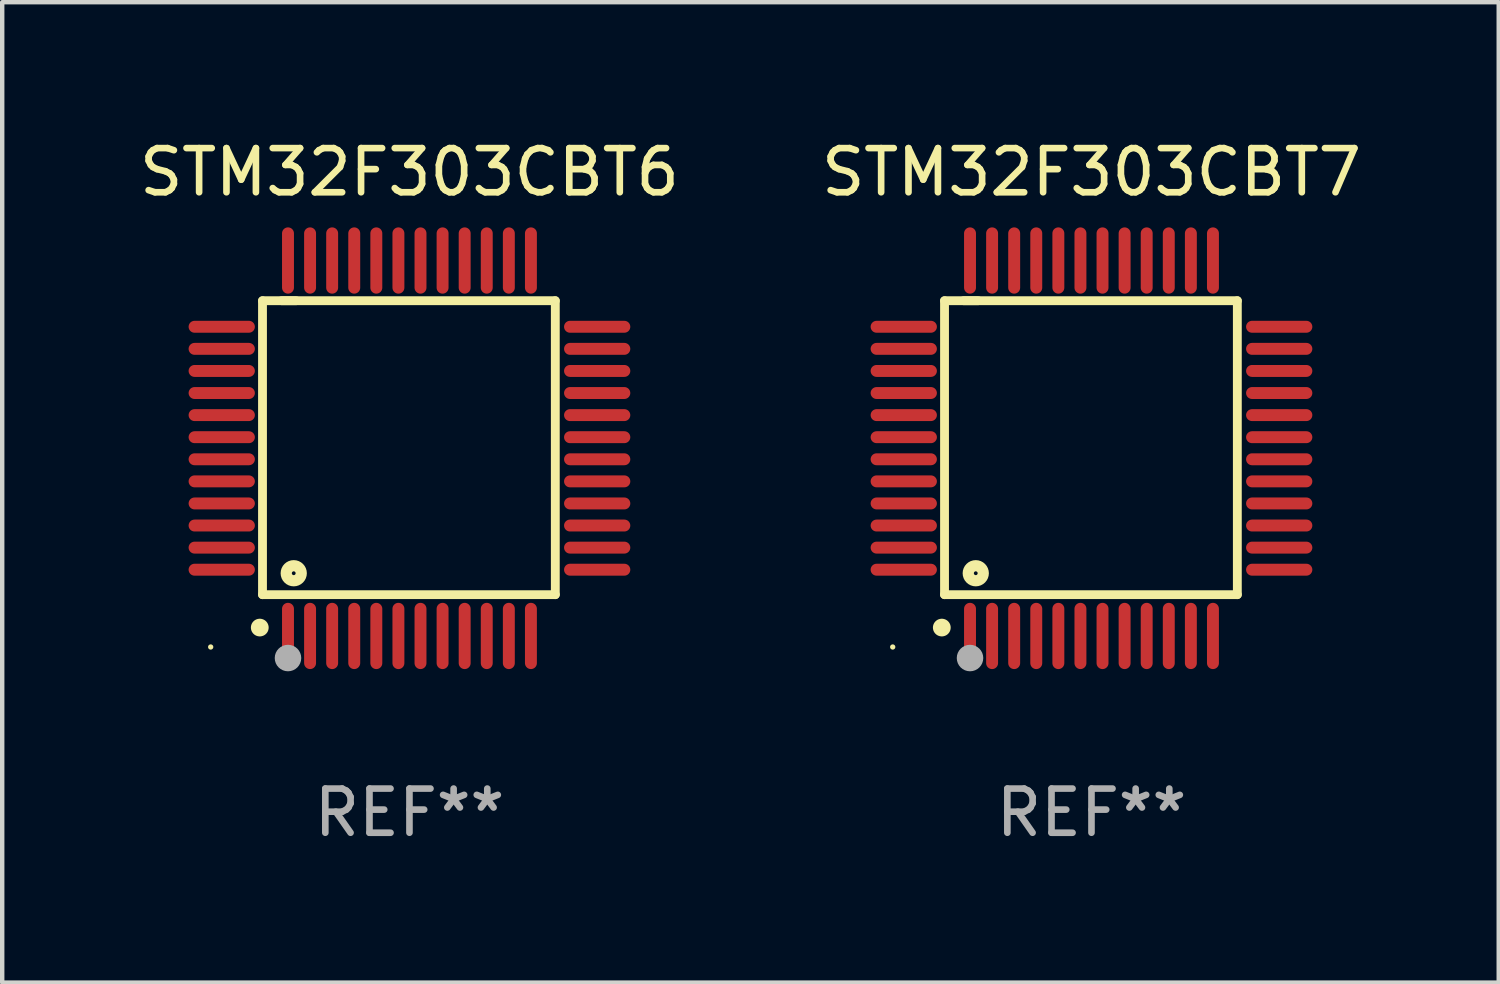
<source format=kicad_pcb>
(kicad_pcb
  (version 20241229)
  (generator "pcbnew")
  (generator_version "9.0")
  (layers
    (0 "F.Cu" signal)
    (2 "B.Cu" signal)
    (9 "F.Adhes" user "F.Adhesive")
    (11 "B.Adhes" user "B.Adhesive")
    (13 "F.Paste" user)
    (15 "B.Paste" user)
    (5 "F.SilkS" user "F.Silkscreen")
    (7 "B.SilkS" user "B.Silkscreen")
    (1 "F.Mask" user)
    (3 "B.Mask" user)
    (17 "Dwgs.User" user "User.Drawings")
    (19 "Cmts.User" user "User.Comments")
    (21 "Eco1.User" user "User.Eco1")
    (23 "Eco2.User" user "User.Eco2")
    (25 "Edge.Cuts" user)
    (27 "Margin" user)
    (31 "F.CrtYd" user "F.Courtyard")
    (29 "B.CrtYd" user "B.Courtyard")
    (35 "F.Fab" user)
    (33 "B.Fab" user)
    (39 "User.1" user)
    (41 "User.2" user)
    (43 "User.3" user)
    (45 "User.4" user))
  (footprint "STM32F303CBT7"
    (layer "F.Cu")
    (at 21.661 7.098)
    (property "Reference" "STM32F303CBT7" (at 0 -6.25 0) (layer "F.SilkS") (effects (font (size 1 1) (thickness 0.15))))
    (attr through_hole)
    (fp_line (start -3.327 -3.34) (end -2.565 -3.34) (stroke (width 0.2) (type solid)) (layer "F.SilkS"))
    (fp_line (start -3.327 3.315) (end -3.327 -3.34) (stroke (width 0.2) (type solid)) (layer "F.SilkS"))
    (fp_line (start -2.896 -3.34) (end 3.302 -3.34) (stroke (width 0.2) (type solid)) (layer "F.SilkS"))
    (fp_line (start 3.302 -3.34) (end 3.302 3.315) (stroke (width 0.2) (type solid)) (layer "F.SilkS"))
    (fp_line (start 3.302 3.315) (end -3.327 3.315) (stroke (width 0.2) (type solid)) (layer "F.SilkS"))
    (fp_arc (start -3.389992 4.059995) (mid -3.388722 4.059991) (end -3.387452 4.059995) (stroke (width 0.4) (type solid)) (layer "F.SilkS"))
    (fp_circle (center -4.5 4.5) (end -4.47 4.5) (stroke (width 0.06) (type solid)) (fill no) (layer "F.SilkS"))
    (fp_circle (center -2.62 2.83) (end -2.45 2.83) (stroke (width 0.254) (type solid)) (fill no) (layer "F.SilkS"))
    (fp_circle (center -2.75 4.75) (end -2.6 4.75) (stroke (width 0.3) (type solid)) (fill no) (layer "F.Fab"))
    (fp_text user "REF**" (at 0 8.25 0) (layer "F.Fab") (effects (font (size 1 1) (thickness 0.15))))
    (pad "1" smd oval (at -2.75 4.25) (size 0.27 1.5) (layers "F.Cu" "F.Mask" "F.Paste"))
    (pad "2" smd oval (at -2.25 4.25) (size 0.27 1.5) (layers "F.Cu" "F.Mask" "F.Paste"))
    (pad "3" smd oval (at -1.75 4.25) (size 0.27 1.5) (layers "F.Cu" "F.Mask" "F.Paste"))
    (pad "4" smd oval (at -1.25 4.25) (size 0.27 1.5) (layers "F.Cu" "F.Mask" "F.Paste"))
    (pad "5" smd oval (at -0.75 4.25) (size 0.27 1.5) (layers "F.Cu" "F.Mask" "F.Paste"))
    (pad "6" smd oval (at -0.25 4.25) (size 0.27 1.5) (layers "F.Cu" "F.Mask" "F.Paste"))
    (pad "7" smd oval (at 0.25 4.25) (size 0.27 1.5) (layers "F.Cu" "F.Mask" "F.Paste"))
    (pad "8" smd oval (at 0.75 4.25) (size 0.27 1.5) (layers "F.Cu" "F.Mask" "F.Paste"))
    (pad "9" smd oval (at 1.25 4.25) (size 0.27 1.5) (layers "F.Cu" "F.Mask" "F.Paste"))
    (pad "10" smd oval (at 1.75 4.25) (size 0.27 1.5) (layers "F.Cu" "F.Mask" "F.Paste"))
    (pad "11" smd oval (at 2.25 4.25) (size 0.27 1.5) (layers "F.Cu" "F.Mask" "F.Paste"))
    (pad "12" smd oval (at 2.75 4.25) (size 0.27 1.5) (layers "F.Cu" "F.Mask" "F.Paste"))
    (pad "13" smd oval (at 4.25 2.75) (size 1.5 0.27) (layers "F.Cu" "F.Mask" "F.Paste"))
    (pad "14" smd oval (at 4.25 2.25) (size 1.5 0.27) (layers "F.Cu" "F.Mask" "F.Paste"))
    (pad "15" smd oval (at 4.25 1.75) (size 1.5 0.27) (layers "F.Cu" "F.Mask" "F.Paste"))
    (pad "16" smd oval (at 4.25 1.25) (size 1.5 0.27) (layers "F.Cu" "F.Mask" "F.Paste"))
    (pad "17" smd oval (at 4.25 0.75) (size 1.5 0.27) (layers "F.Cu" "F.Mask" "F.Paste"))
    (pad "18" smd oval (at 4.25 0.25) (size 1.5 0.27) (layers "F.Cu" "F.Mask" "F.Paste"))
    (pad "19" smd oval (at 4.25 -0.25) (size 1.5 0.27) (layers "F.Cu" "F.Mask" "F.Paste"))
    (pad "20" smd oval (at 4.25 -0.75) (size 1.5 0.27) (layers "F.Cu" "F.Mask" "F.Paste"))
    (pad "21" smd oval (at 4.25 -1.25) (size 1.5 0.27) (layers "F.Cu" "F.Mask" "F.Paste"))
    (pad "22" smd oval (at 4.25 -1.75) (size 1.5 0.27) (layers "F.Cu" "F.Mask" "F.Paste"))
    (pad "23" smd oval (at 4.25 -2.25) (size 1.5 0.27) (layers "F.Cu" "F.Mask" "F.Paste"))
    (pad "24" smd oval (at 4.25 -2.75) (size 1.5 0.27) (layers "F.Cu" "F.Mask" "F.Paste"))
    (pad "25" smd oval (at 2.75 -4.25) (size 0.27 1.5) (layers "F.Cu" "F.Mask" "F.Paste"))
    (pad "26" smd oval (at 2.25 -4.25) (size 0.27 1.5) (layers "F.Cu" "F.Mask" "F.Paste"))
    (pad "27" smd oval (at 1.75 -4.25) (size 0.27 1.5) (layers "F.Cu" "F.Mask" "F.Paste"))
    (pad "28" smd oval (at 1.25 -4.25) (size 0.27 1.5) (layers "F.Cu" "F.Mask" "F.Paste"))
    (pad "29" smd oval (at 0.75 -4.25) (size 0.27 1.5) (layers "F.Cu" "F.Mask" "F.Paste"))
    (pad "30" smd oval (at 0.25 -4.25) (size 0.27 1.5) (layers "F.Cu" "F.Mask" "F.Paste"))
    (pad "31" smd oval (at -0.25 -4.25) (size 0.27 1.5) (layers "F.Cu" "F.Mask" "F.Paste"))
    (pad "32" smd oval (at -0.75 -4.25) (size 0.27 1.5) (layers "F.Cu" "F.Mask" "F.Paste"))
    (pad "33" smd oval (at -1.25 -4.25) (size 0.27 1.5) (layers "F.Cu" "F.Mask" "F.Paste"))
    (pad "34" smd oval (at -1.75 -4.25) (size 0.27 1.5) (layers "F.Cu" "F.Mask" "F.Paste"))
    (pad "35" smd oval (at -2.25 -4.25) (size 0.27 1.5) (layers "F.Cu" "F.Mask" "F.Paste"))
    (pad "36" smd oval (at -2.75 -4.25) (size 0.27 1.5) (layers "F.Cu" "F.Mask" "F.Paste"))
    (pad "37" smd oval (at -4.25 -2.75) (size 1.5 0.27) (layers "F.Cu" "F.Mask" "F.Paste"))
    (pad "38" smd oval (at -4.25 -2.25) (size 1.5 0.27) (layers "F.Cu" "F.Mask" "F.Paste"))
    (pad "39" smd oval (at -4.25 -1.75) (size 1.5 0.27) (layers "F.Cu" "F.Mask" "F.Paste"))
    (pad "40" smd oval (at -4.25 -1.25) (size 1.5 0.27) (layers "F.Cu" "F.Mask" "F.Paste"))
    (pad "41" smd oval (at -4.25 -0.75) (size 1.5 0.27) (layers "F.Cu" "F.Mask" "F.Paste"))
    (pad "42" smd oval (at -4.25 -0.25) (size 1.5 0.27) (layers "F.Cu" "F.Mask" "F.Paste"))
    (pad "43" smd oval (at -4.25 0.25) (size 1.5 0.27) (layers "F.Cu" "F.Mask" "F.Paste"))
    (pad "44" smd oval (at -4.25 0.75) (size 1.5 0.27) (layers "F.Cu" "F.Mask" "F.Paste"))
    (pad "45" smd oval (at -4.25 1.25) (size 1.5 0.27) (layers "F.Cu" "F.Mask" "F.Paste"))
    (pad "46" smd oval (at -4.25 1.75) (size 1.5 0.27) (layers "F.Cu" "F.Mask" "F.Paste"))
    (pad "47" smd oval (at -4.25 2.25) (size 1.5 0.27) (layers "F.Cu" "F.Mask" "F.Paste"))
    (pad "48" smd oval (at -4.25 2.75) (size 1.5 0.27) (layers "F.Cu" "F.Mask" "F.Paste")))
  (footprint "STM32F303CBT6"
    (layer "F.Cu")
    (at 6.22 7.098)
    (property "Reference" "STM32F303CBT6" (at 0 -6.25 0) (layer "F.SilkS") (effects (font (size 1 1) (thickness 0.15))))
    (attr through_hole)
    (fp_line (start -3.327 -3.34) (end -2.565 -3.34) (stroke (width 0.2) (type solid)) (layer "F.SilkS"))
    (fp_line (start -3.327 3.315) (end -3.327 -3.34) (stroke (width 0.2) (type solid)) (layer "F.SilkS"))
    (fp_line (start -2.896 -3.34) (end 3.302 -3.34) (stroke (width 0.2) (type solid)) (layer "F.SilkS"))
    (fp_line (start 3.302 -3.34) (end 3.302 3.315) (stroke (width 0.2) (type solid)) (layer "F.SilkS"))
    (fp_line (start 3.302 3.315) (end -3.327 3.315) (stroke (width 0.2) (type solid)) (layer "F.SilkS"))
    (fp_arc (start -3.389992 4.059995) (mid -3.388722 4.059991) (end -3.387452 4.059995) (stroke (width 0.4) (type solid)) (layer "F.SilkS"))
    (fp_circle (center -4.5 4.5) (end -4.47 4.5) (stroke (width 0.06) (type solid)) (fill no) (layer "F.SilkS"))
    (fp_circle (center -2.62 2.83) (end -2.45 2.83) (stroke (width 0.254) (type solid)) (fill no) (layer "F.SilkS"))
    (fp_circle (center -2.75 4.75) (end -2.6 4.75) (stroke (width 0.3) (type solid)) (fill no) (layer "F.Fab"))
    (fp_text user "REF**" (at 0 8.25 0) (layer "F.Fab") (effects (font (size 1 1) (thickness 0.15))))
    (pad "1" smd oval (at -2.75 4.25) (size 0.27 1.5) (layers "F.Cu" "F.Mask" "F.Paste"))
    (pad "2" smd oval (at -2.25 4.25) (size 0.27 1.5) (layers "F.Cu" "F.Mask" "F.Paste"))
    (pad "3" smd oval (at -1.75 4.25) (size 0.27 1.5) (layers "F.Cu" "F.Mask" "F.Paste"))
    (pad "4" smd oval (at -1.25 4.25) (size 0.27 1.5) (layers "F.Cu" "F.Mask" "F.Paste"))
    (pad "5" smd oval (at -0.75 4.25) (size 0.27 1.5) (layers "F.Cu" "F.Mask" "F.Paste"))
    (pad "6" smd oval (at -0.25 4.25) (size 0.27 1.5) (layers "F.Cu" "F.Mask" "F.Paste"))
    (pad "7" smd oval (at 0.25 4.25) (size 0.27 1.5) (layers "F.Cu" "F.Mask" "F.Paste"))
    (pad "8" smd oval (at 0.75 4.25) (size 0.27 1.5) (layers "F.Cu" "F.Mask" "F.Paste"))
    (pad "9" smd oval (at 1.25 4.25) (size 0.27 1.5) (layers "F.Cu" "F.Mask" "F.Paste"))
    (pad "10" smd oval (at 1.75 4.25) (size 0.27 1.5) (layers "F.Cu" "F.Mask" "F.Paste"))
    (pad "11" smd oval (at 2.25 4.25) (size 0.27 1.5) (layers "F.Cu" "F.Mask" "F.Paste"))
    (pad "12" smd oval (at 2.75 4.25) (size 0.27 1.5) (layers "F.Cu" "F.Mask" "F.Paste"))
    (pad "13" smd oval (at 4.25 2.75) (size 1.5 0.27) (layers "F.Cu" "F.Mask" "F.Paste"))
    (pad "14" smd oval (at 4.25 2.25) (size 1.5 0.27) (layers "F.Cu" "F.Mask" "F.Paste"))
    (pad "15" smd oval (at 4.25 1.75) (size 1.5 0.27) (layers "F.Cu" "F.Mask" "F.Paste"))
    (pad "16" smd oval (at 4.25 1.25) (size 1.5 0.27) (layers "F.Cu" "F.Mask" "F.Paste"))
    (pad "17" smd oval (at 4.25 0.75) (size 1.5 0.27) (layers "F.Cu" "F.Mask" "F.Paste"))
    (pad "18" smd oval (at 4.25 0.25) (size 1.5 0.27) (layers "F.Cu" "F.Mask" "F.Paste"))
    (pad "19" smd oval (at 4.25 -0.25) (size 1.5 0.27) (layers "F.Cu" "F.Mask" "F.Paste"))
    (pad "20" smd oval (at 4.25 -0.75) (size 1.5 0.27) (layers "F.Cu" "F.Mask" "F.Paste"))
    (pad "21" smd oval (at 4.25 -1.25) (size 1.5 0.27) (layers "F.Cu" "F.Mask" "F.Paste"))
    (pad "22" smd oval (at 4.25 -1.75) (size 1.5 0.27) (layers "F.Cu" "F.Mask" "F.Paste"))
    (pad "23" smd oval (at 4.25 -2.25) (size 1.5 0.27) (layers "F.Cu" "F.Mask" "F.Paste"))
    (pad "24" smd oval (at 4.25 -2.75) (size 1.5 0.27) (layers "F.Cu" "F.Mask" "F.Paste"))
    (pad "25" smd oval (at 2.75 -4.25) (size 0.27 1.5) (layers "F.Cu" "F.Mask" "F.Paste"))
    (pad "26" smd oval (at 2.25 -4.25) (size 0.27 1.5) (layers "F.Cu" "F.Mask" "F.Paste"))
    (pad "27" smd oval (at 1.75 -4.25) (size 0.27 1.5) (layers "F.Cu" "F.Mask" "F.Paste"))
    (pad "28" smd oval (at 1.25 -4.25) (size 0.27 1.5) (layers "F.Cu" "F.Mask" "F.Paste"))
    (pad "29" smd oval (at 0.75 -4.25) (size 0.27 1.5) (layers "F.Cu" "F.Mask" "F.Paste"))
    (pad "30" smd oval (at 0.25 -4.25) (size 0.27 1.5) (layers "F.Cu" "F.Mask" "F.Paste"))
    (pad "31" smd oval (at -0.25 -4.25) (size 0.27 1.5) (layers "F.Cu" "F.Mask" "F.Paste"))
    (pad "32" smd oval (at -0.75 -4.25) (size 0.27 1.5) (layers "F.Cu" "F.Mask" "F.Paste"))
    (pad "33" smd oval (at -1.25 -4.25) (size 0.27 1.5) (layers "F.Cu" "F.Mask" "F.Paste"))
    (pad "34" smd oval (at -1.75 -4.25) (size 0.27 1.5) (layers "F.Cu" "F.Mask" "F.Paste"))
    (pad "35" smd oval (at -2.25 -4.25) (size 0.27 1.5) (layers "F.Cu" "F.Mask" "F.Paste"))
    (pad "36" smd oval (at -2.75 -4.25) (size 0.27 1.5) (layers "F.Cu" "F.Mask" "F.Paste"))
    (pad "37" smd oval (at -4.25 -2.75) (size 1.5 0.27) (layers "F.Cu" "F.Mask" "F.Paste"))
    (pad "38" smd oval (at -4.25 -2.25) (size 1.5 0.27) (layers "F.Cu" "F.Mask" "F.Paste"))
    (pad "39" smd oval (at -4.25 -1.75) (size 1.5 0.27) (layers "F.Cu" "F.Mask" "F.Paste"))
    (pad "40" smd oval (at -4.25 -1.25) (size 1.5 0.27) (layers "F.Cu" "F.Mask" "F.Paste"))
    (pad "41" smd oval (at -4.25 -0.75) (size 1.5 0.27) (layers "F.Cu" "F.Mask" "F.Paste"))
    (pad "42" smd oval (at -4.25 -0.25) (size 1.5 0.27) (layers "F.Cu" "F.Mask" "F.Paste"))
    (pad "43" smd oval (at -4.25 0.25) (size 1.5 0.27) (layers "F.Cu" "F.Mask" "F.Paste"))
    (pad "44" smd oval (at -4.25 0.75) (size 1.5 0.27) (layers "F.Cu" "F.Mask" "F.Paste"))
    (pad "45" smd oval (at -4.25 1.25) (size 1.5 0.27) (layers "F.Cu" "F.Mask" "F.Paste"))
    (pad "46" smd oval (at -4.25 1.75) (size 1.5 0.27) (layers "F.Cu" "F.Mask" "F.Paste"))
    (pad "47" smd oval (at -4.25 2.25) (size 1.5 0.27) (layers "F.Cu" "F.Mask" "F.Paste"))
    (pad "48" smd oval (at -4.25 2.75) (size 1.5 0.27) (layers "F.Cu" "F.Mask" "F.Paste")))
  (gr_rect
    (start -3 -3)
    (end 30.881 19.196)
    (stroke (width 0.1) (type default))
    (fill no)
    (layer "Edge.Cuts")))
</source>
